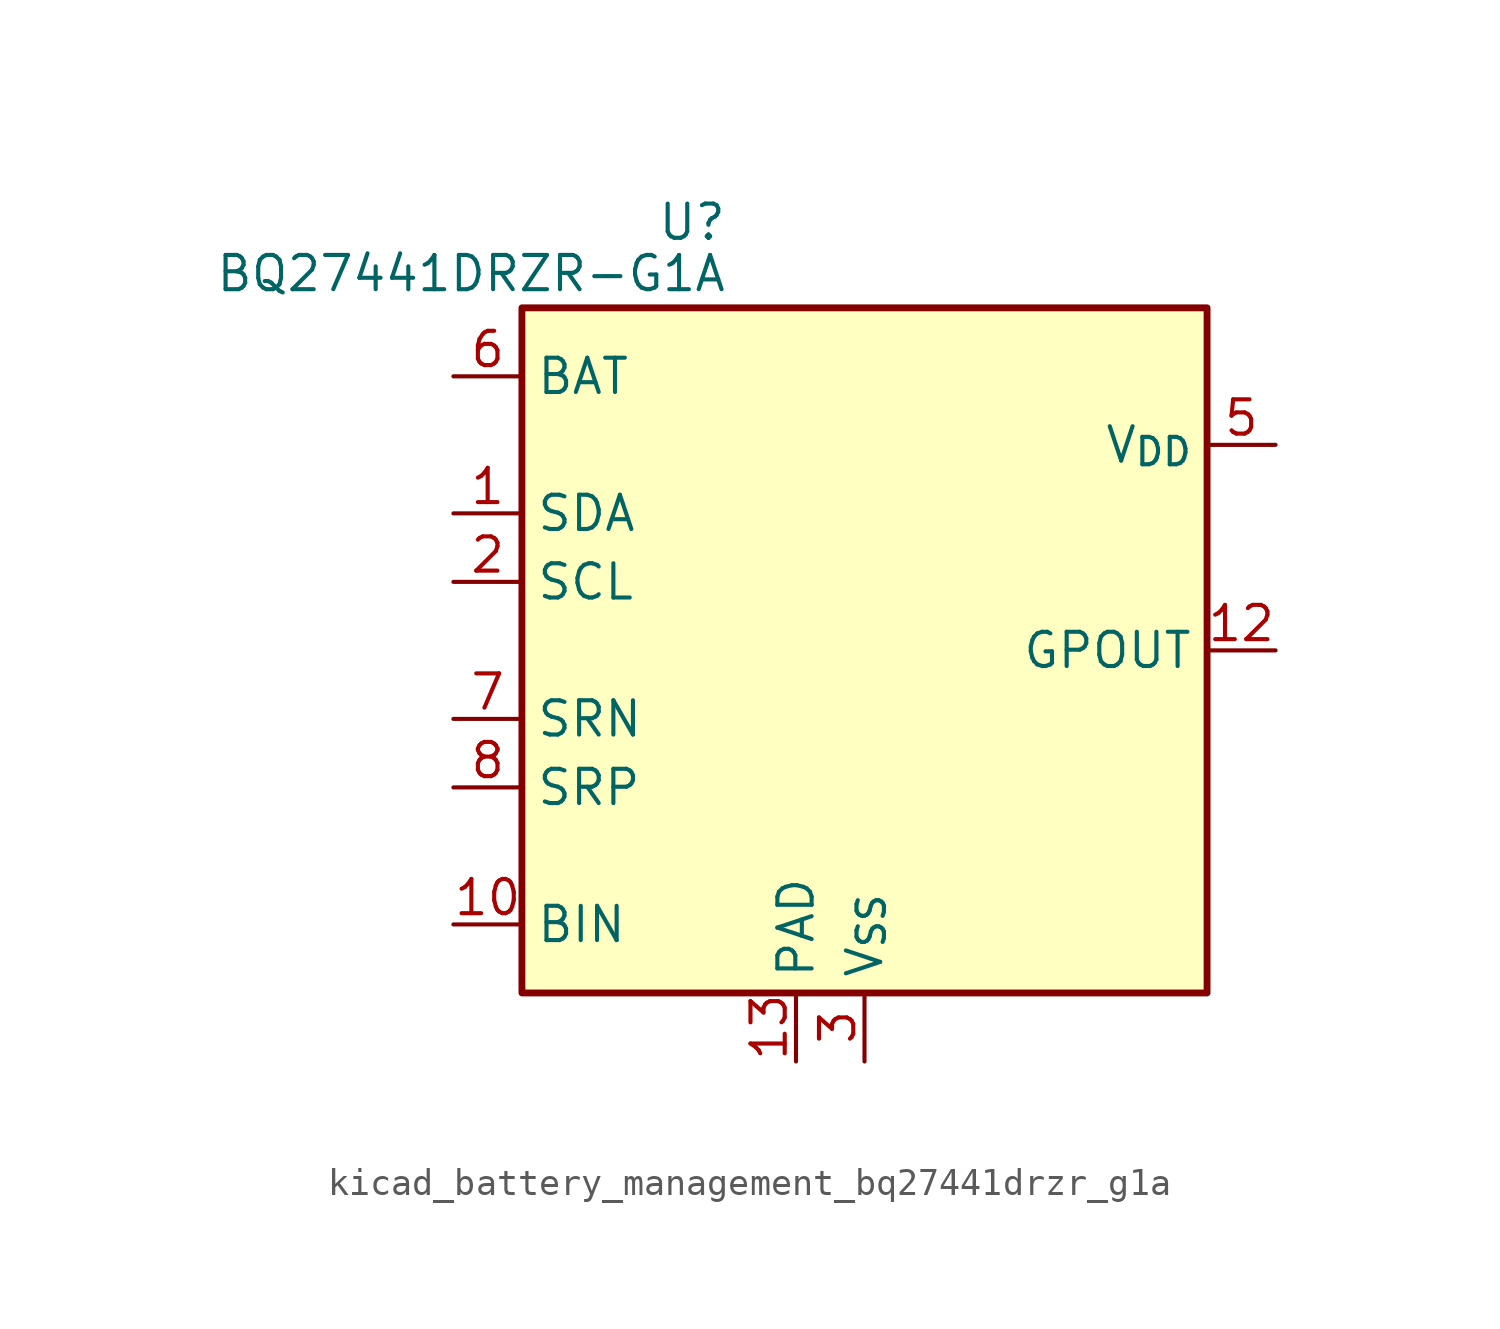
<source format=kicad_sym>
(kicad_symbol_lib
  (version 20220914)
  (generator kicad_symbol_editor)
  (symbol "kicad_battery_management_bq27441drzr_g1a"
    (property "Reference" "U"
      (at -5.08 15.875 0)
      (effects (font (size 1.27 1.27)) (justify right)))
    (property "Value" "BQ27441DRZR-G1A"
      (at -5.08 13.97 0)
      (effects (font (size 1.27 1.27)) (justify right)))
    (symbol "kicad_battery_management_bq27441drzr_g1a_0_1"
      (rectangle (start -12.7 12.7) (end 12.7 -12.7) (stroke (width 0.254) (type default)) (fill (type background))))
    (symbol "kicad_battery_management_bq27441drzr_g1a_1_1"
      (pin bidirectional line (at -15.24 5.08 0) (length 2.54) (name "SDA" (effects (font (size 1.27 1.27)))) (number "1" (effects (font (size 1.27 1.27)))))
      (pin input line (at -15.24 -10.16 0) (length 2.54) (name "BIN" (effects (font (size 1.27 1.27)))) (number "10" (effects (font (size 1.27 1.27)))))
      (pin no_connect line (at 10.16 -2.54 180) (length 2.54) hide (name "NC" (effects (font (size 1.27 1.27)))) (number "11" (effects (font (size 1.27 1.27)))))
      (pin output line (at 15.24 0 180) (length 2.54) (name "GPOUT" (effects (font (size 1.27 1.27)))) (number "12" (effects (font (size 1.27 1.27)))))
      (pin power_in line (at -2.54 -15.24 90) (length 2.54) (name "PAD" (effects (font (size 1.27 1.27)))) (number "13" (effects (font (size 1.27 1.27)))))
      (pin input line (at -15.24 2.54 0) (length 2.54) (name "SCL" (effects (font (size 1.27 1.27)))) (number "2" (effects (font (size 1.27 1.27)))))
      (pin power_in line (at 0 -15.24 90) (length 2.54) (name "V_{SS}" (effects (font (size 1.27 1.27)))) (number "3" (effects (font (size 1.27 1.27)))))
      (pin no_connect line (at 10.16 -7.62 180) (length 2.54) hide (name "NC" (effects (font (size 1.27 1.27)))) (number "4" (effects (font (size 1.27 1.27)))))
      (pin power_out line (at 15.24 7.62 180) (length 2.54) (name "V_{DD}" (effects (font (size 1.27 1.27)))) (number "5" (effects (font (size 1.27 1.27)))))
      (pin power_in line (at -15.24 10.16 0) (length 2.54) (name "BAT" (effects (font (size 1.27 1.27)))) (number "6" (effects (font (size 1.27 1.27)))))
      (pin input line (at -15.24 -2.54 0) (length 2.54) (name "SRN" (effects (font (size 1.27 1.27)))) (number "7" (effects (font (size 1.27 1.27)))))
      (pin input line (at -15.24 -5.08 0) (length 2.54) (name "SRP" (effects (font (size 1.27 1.27)))) (number "8" (effects (font (size 1.27 1.27)))))
      (pin no_connect line (at 10.16 -5.08 180) (length 2.54) hide (name "NC" (effects (font (size 1.27 1.27)))) (number "9" (effects (font (size 1.27 1.27))))))))
</source>
